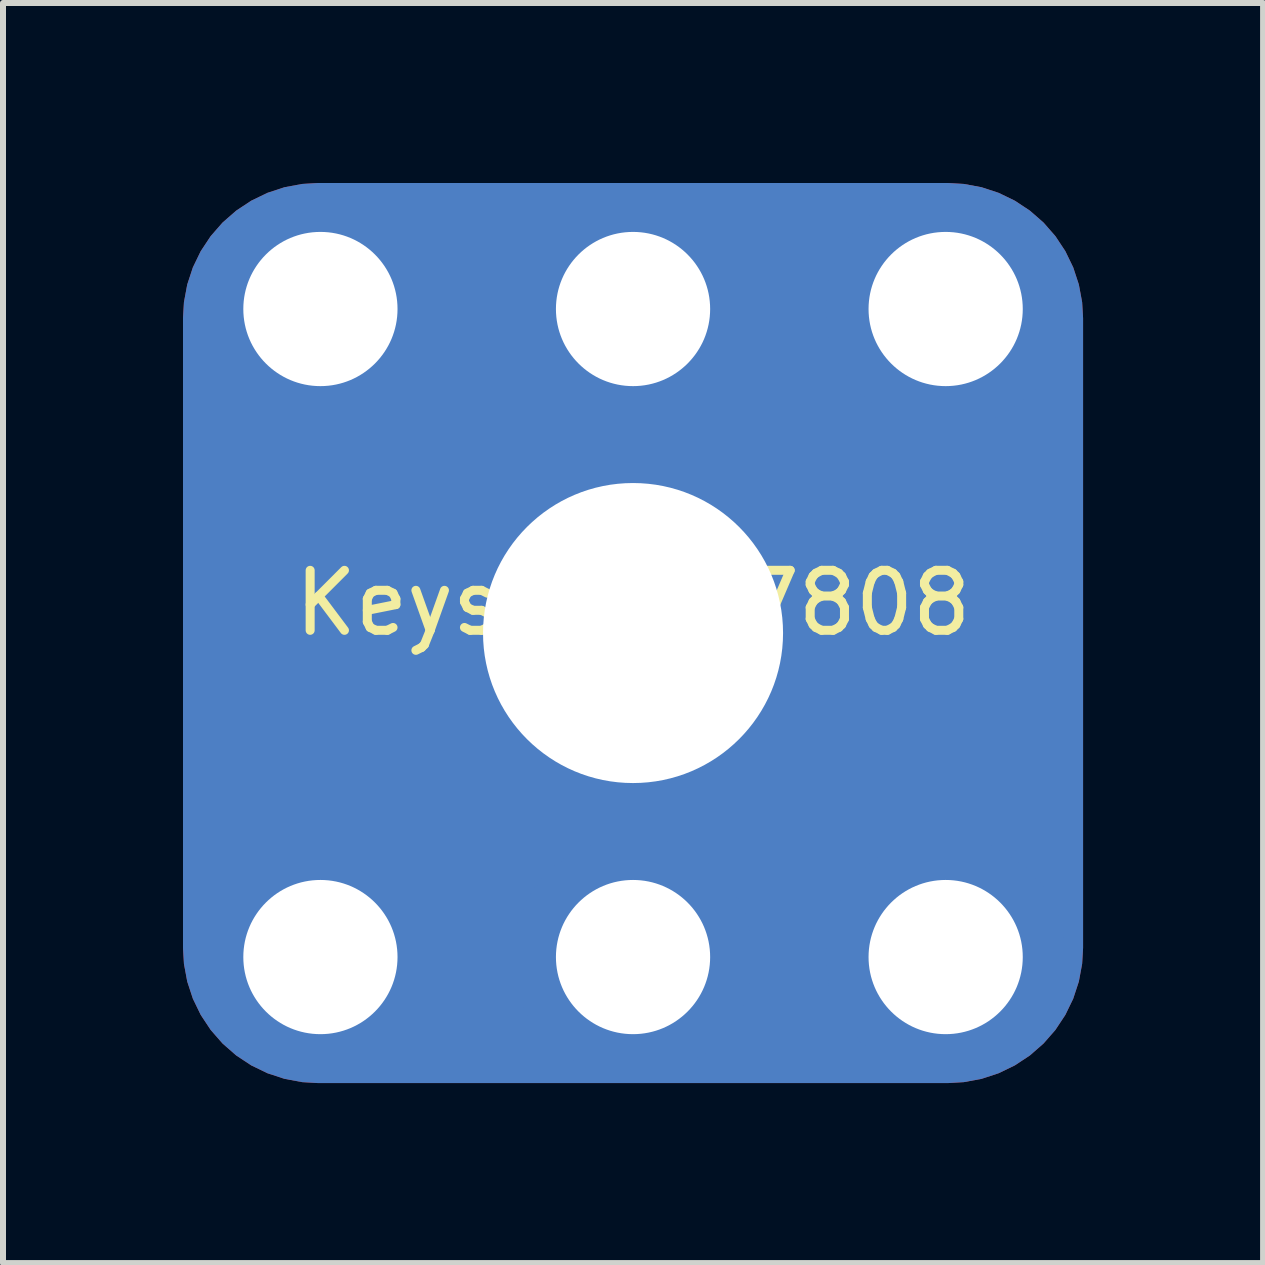
<source format=kicad_pcb>
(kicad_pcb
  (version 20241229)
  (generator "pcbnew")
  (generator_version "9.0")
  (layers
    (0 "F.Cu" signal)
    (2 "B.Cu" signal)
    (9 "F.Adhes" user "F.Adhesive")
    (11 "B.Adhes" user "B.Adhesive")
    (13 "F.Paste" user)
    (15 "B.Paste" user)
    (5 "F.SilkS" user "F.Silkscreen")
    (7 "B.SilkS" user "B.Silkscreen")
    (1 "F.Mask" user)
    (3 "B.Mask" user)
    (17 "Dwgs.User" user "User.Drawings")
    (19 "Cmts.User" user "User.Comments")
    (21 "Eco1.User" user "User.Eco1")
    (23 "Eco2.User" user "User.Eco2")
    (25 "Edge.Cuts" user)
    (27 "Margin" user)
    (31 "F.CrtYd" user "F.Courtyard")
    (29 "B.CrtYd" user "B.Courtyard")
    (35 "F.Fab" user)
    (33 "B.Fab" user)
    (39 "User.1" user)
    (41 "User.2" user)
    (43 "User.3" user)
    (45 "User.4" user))
  (footprint "Keystone_7808"
    (layer "F.Cu")
    (at 7.5 7.5)
    (property "Reference" "Keystone_7808" (at 0 -0.5 0) (unlocked yes) (layer "F.SilkS") (effects (font (size 1 1) (thickness 0.15))))
    (attr smd)
    (pad "1" thru_hole circle (at -5.21 -5.4) (size 4 4) (drill 2.57) (layers "*.Cu" "*.Mask"))
    (pad "1" thru_hole circle (at -5.21 5.4) (size 4 4) (drill 2.57) (layers "*.Cu" "*.Mask"))
    (pad "1" thru_hole circle (at 0 -5.4) (size 4 4) (drill 2.57) (layers "*.Cu" "*.Mask"))
    (pad "1" thru_hole circle (at 0 0) (size 6 6) (drill 5) (layers "*.Cu" "*.Mask"))
    (pad "1" smd roundrect (at 0 0) (size 15 15) (layers "F.Cu" "F.Mask") (roundrect_rratio 0.15))
    (pad "1" smd roundrect (at 0 0) (size 15 15) (layers "B.Cu" "B.Mask") (roundrect_rratio 0.15))
    (pad "1" thru_hole circle (at 0 5.4) (size 4 4) (drill 2.57) (layers "*.Cu" "*.Mask"))
    (pad "1" thru_hole circle (at 5.21 -5.4) (size 4 4) (drill 2.57) (layers "*.Cu" "*.Mask"))
    (pad "1" thru_hole circle (at 5.21 5.4) (size 4 4) (drill 2.57) (layers "*.Cu" "*.Mask")))
  (gr_rect
    (start -3 -3)
    (end 18 18)
    (stroke (width 0.1) (type default))
    (fill no)
    (layer "Edge.Cuts")))
</source>
